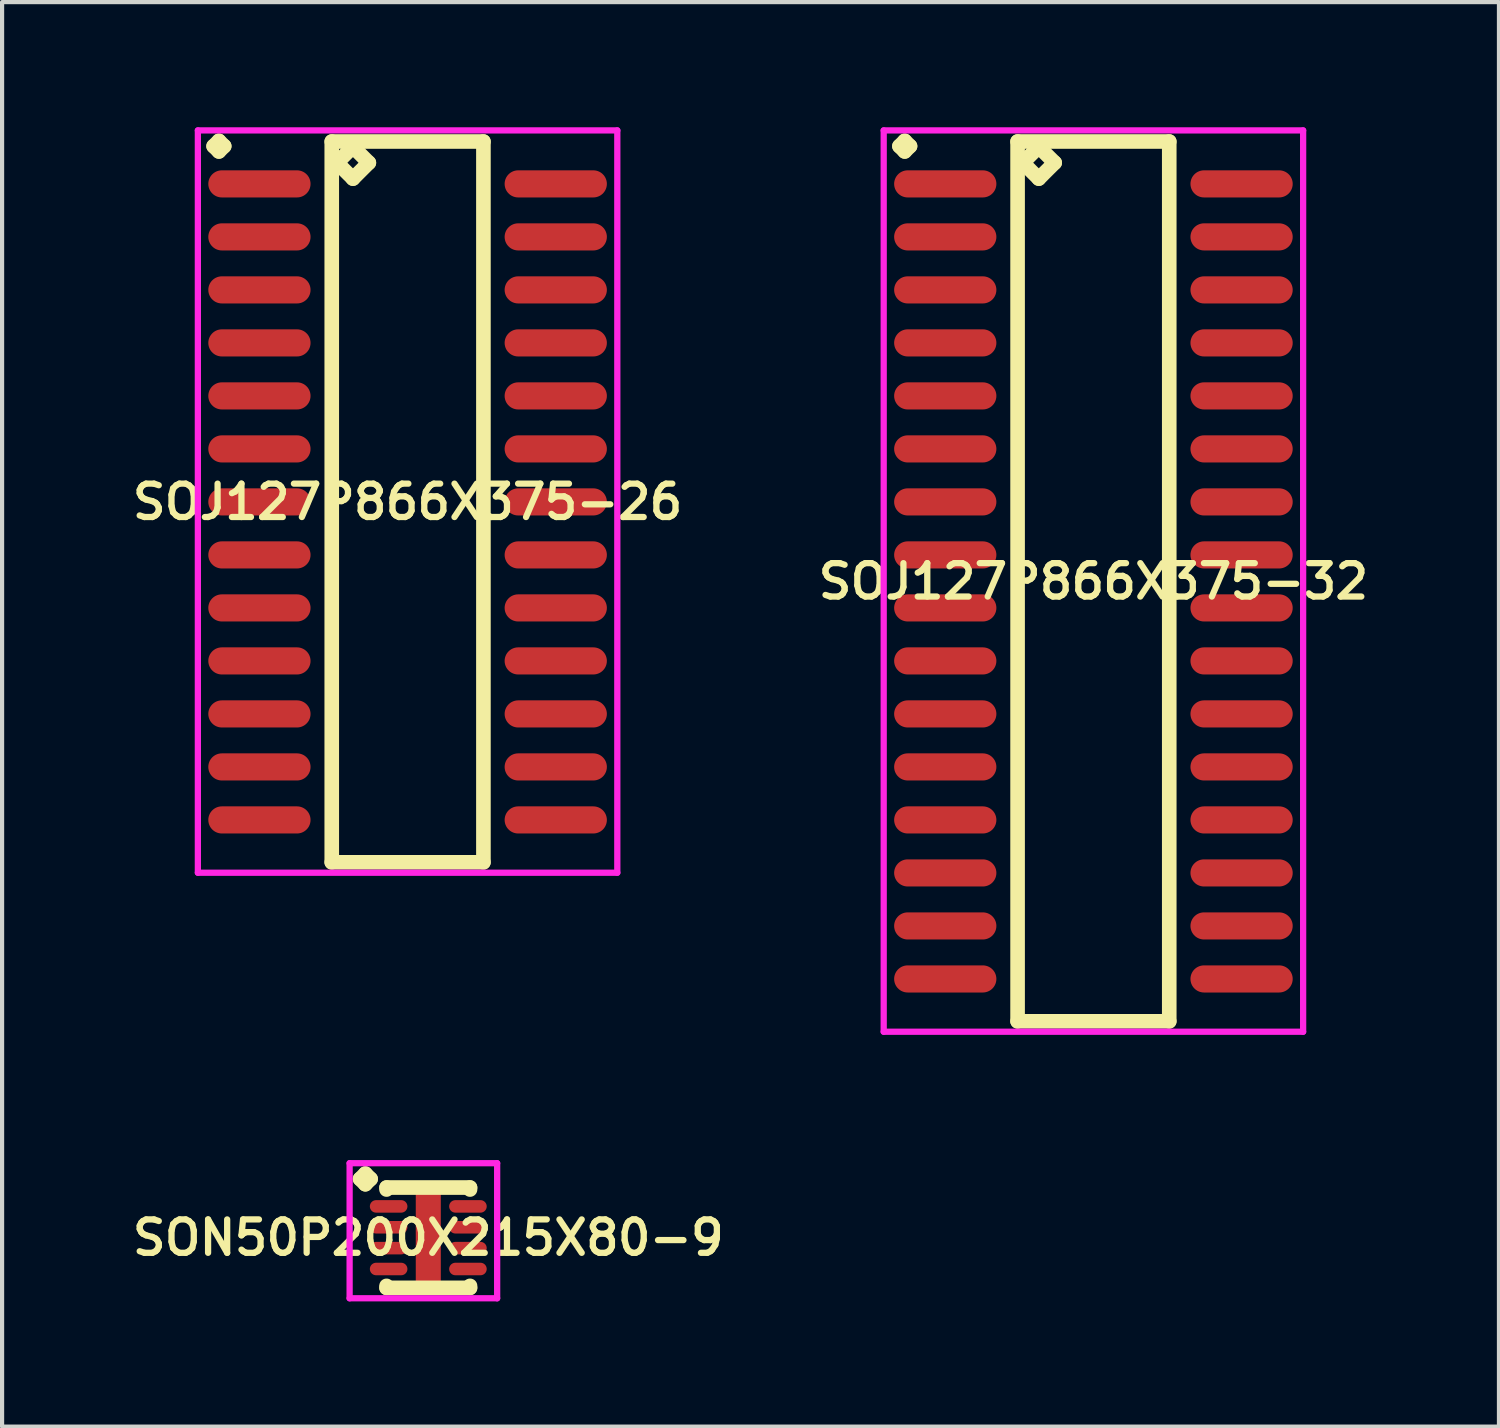
<source format=kicad_pcb>
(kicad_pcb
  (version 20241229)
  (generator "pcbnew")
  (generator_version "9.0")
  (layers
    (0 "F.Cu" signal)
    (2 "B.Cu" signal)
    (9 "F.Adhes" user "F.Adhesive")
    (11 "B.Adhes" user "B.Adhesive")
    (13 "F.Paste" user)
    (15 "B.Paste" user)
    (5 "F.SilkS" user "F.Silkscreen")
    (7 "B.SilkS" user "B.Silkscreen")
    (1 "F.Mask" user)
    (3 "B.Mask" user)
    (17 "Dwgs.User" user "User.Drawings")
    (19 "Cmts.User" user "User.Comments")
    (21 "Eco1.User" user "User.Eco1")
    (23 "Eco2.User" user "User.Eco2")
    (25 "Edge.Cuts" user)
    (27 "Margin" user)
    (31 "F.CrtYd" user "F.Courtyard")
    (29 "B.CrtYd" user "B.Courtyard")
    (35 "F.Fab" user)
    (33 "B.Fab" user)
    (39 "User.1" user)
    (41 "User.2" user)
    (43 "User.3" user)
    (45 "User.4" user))
  (footprint "SON50P200X215X80-9"
    (layer "F.Cu")
    (at 7.212 26.606)
    (property "Reference" "SON50P200X215X80-9" (at 0 0 0) (layer "F.SilkS") (effects (font (size 0.8 0.8) (thickness 0.15))))
    (attr through_hole)
    (fp_line (start -1.635 -1.408) (end -1.508 -1.535) (stroke (width 0.35) (type solid)) (layer "F.SilkS"))
    (fp_line (start -1.508 -1.535) (end -1.381 -1.408) (stroke (width 0.35) (type solid)) (layer "F.SilkS"))
    (fp_line (start -1.508 -1.281) (end -1.635 -1.408) (stroke (width 0.35) (type solid)) (layer "F.SilkS"))
    (fp_line (start -1.381 -1.408) (end -1.508 -1.281) (stroke (width 0.35) (type solid)) (layer "F.SilkS"))
    (fp_line (start -1 -1.202) (end 1 -1.202) (stroke (width 0.35) (type solid)) (layer "F.SilkS"))
    (fp_line (start -1 -1.154) (end -1 -1.202) (stroke (width 0.35) (type solid)) (layer "F.SilkS"))
    (fp_line (start -1 1.154) (end -1 1.202) (stroke (width 0.35) (type solid)) (layer "F.SilkS"))
    (fp_line (start -1 1.202) (end 1 1.202) (stroke (width 0.35) (type solid)) (layer "F.SilkS"))
    (fp_line (start 1 -1.202) (end 1 -1.154) (stroke (width 0.35) (type solid)) (layer "F.SilkS"))
    (fp_line (start 1 1.202) (end 1 1.154) (stroke (width 0.35) (type solid)) (layer "F.SilkS"))
    (fp_line (start -1.885 -1.785) (end 1.65 -1.785) (stroke (width 0.15) (type solid)) (layer "F.CrtYd"))
    (fp_line (start -1.885 1.452) (end -1.885 -1.785) (stroke (width 0.15) (type solid)) (layer "F.CrtYd"))
    (fp_line (start 1.65 -1.785) (end 1.65 1.452) (stroke (width 0.15) (type solid)) (layer "F.CrtYd"))
    (fp_line (start 1.65 1.452) (end -1.885 1.452) (stroke (width 0.15) (type solid)) (layer "F.CrtYd"))
    (pad "1" smd oval (at -0.95 -0.75) (size 0.9 0.3) (layers "F.Cu" "F.Mask" "F.Paste"))
    (pad "2" smd oval (at -0.95 -0.25) (size 0.9 0.3) (layers "F.Cu" "F.Mask" "F.Paste"))
    (pad "3" smd oval (at -0.95 0.25) (size 0.9 0.3) (layers "F.Cu" "F.Mask" "F.Paste"))
    (pad "4" smd oval (at -0.95 0.75) (size 0.9 0.3) (layers "F.Cu" "F.Mask" "F.Paste"))
    (pad "5" smd oval (at 0.95 0.75) (size 0.9 0.3) (layers "F.Cu" "F.Mask" "F.Paste"))
    (pad "6" smd oval (at 0.95 0.25) (size 0.9 0.3) (layers "F.Cu" "F.Mask" "F.Paste"))
    (pad "7" smd oval (at 0.95 -0.25) (size 0.9 0.3) (layers "F.Cu" "F.Mask" "F.Paste"))
    (pad "8" smd oval (at 0.95 -0.75) (size 0.9 0.3) (layers "F.Cu" "F.Mask" "F.Paste"))
    (pad "9" smd rect (at 0 0) (size 0.6 2.2) (layers "F.Cu" "F.Mask" "F.Paste")))
  (footprint "SOJ127P866X375-26"
    (layer "F.Cu")
    (at 6.716 8.976)
    (property "Reference" "SOJ127P866X375-26" (at 0 0 0) (layer "F.SilkS") (effects (font (size 0.8 0.8) (thickness 0.15))))
    (attr smd)
    (fp_line (start -4.648 -8.524) (end -4.521 -8.651) (stroke (width 0.35) (type solid)) (layer "F.SilkS"))
    (fp_line (start -4.521 -8.651) (end -4.394 -8.524) (stroke (width 0.35) (type solid)) (layer "F.SilkS"))
    (fp_line (start -4.521 -8.397) (end -4.648 -8.524) (stroke (width 0.35) (type solid)) (layer "F.SilkS"))
    (fp_line (start -4.394 -8.524) (end -4.521 -8.397) (stroke (width 0.35) (type solid)) (layer "F.SilkS"))
    (fp_line (start -1.817 -8.635) (end -1.817 8.635) (stroke (width 0.35) (type solid)) (layer "F.SilkS"))
    (fp_line (start -1.817 8.635) (end 1.817 8.635) (stroke (width 0.35) (type solid)) (layer "F.SilkS"))
    (fp_line (start -1.69 -8.127) (end -1.309 -8.508) (stroke (width 0.35) (type solid)) (layer "F.SilkS"))
    (fp_line (start -1.309 -8.508) (end -0.928 -8.127) (stroke (width 0.35) (type solid)) (layer "F.SilkS"))
    (fp_line (start -1.309 -7.746) (end -1.69 -8.127) (stroke (width 0.35) (type solid)) (layer "F.SilkS"))
    (fp_line (start -0.928 -8.127) (end -1.309 -7.746) (stroke (width 0.35) (type solid)) (layer "F.SilkS"))
    (fp_line (start 1.817 -8.635) (end -1.817 -8.635) (stroke (width 0.35) (type solid)) (layer "F.SilkS"))
    (fp_line (start 1.817 8.635) (end 1.817 -8.635) (stroke (width 0.35) (type solid)) (layer "F.SilkS"))
    (fp_line (start -5.025 -8.901) (end 5.025 -8.901) (stroke (width 0.15) (type solid)) (layer "F.CrtYd"))
    (fp_line (start -5.025 8.885) (end -5.025 -8.901) (stroke (width 0.15) (type solid)) (layer "F.CrtYd"))
    (fp_line (start 5.025 -8.901) (end 5.025 8.885) (stroke (width 0.15) (type solid)) (layer "F.CrtYd"))
    (fp_line (start 5.025 8.885) (end -5.025 8.885) (stroke (width 0.15) (type solid)) (layer "F.CrtYd"))
    (pad "1" smd oval (at -3.55 -7.62) (size 2.45 0.65) (layers "F.Cu" "F.Mask" "F.Paste"))
    (pad "2" smd oval (at -3.55 -6.35) (size 2.45 0.65) (layers "F.Cu" "F.Mask" "F.Paste"))
    (pad "3" smd oval (at -3.55 -5.08) (size 2.45 0.65) (layers "F.Cu" "F.Mask" "F.Paste"))
    (pad "4" smd oval (at -3.55 -3.81) (size 2.45 0.65) (layers "F.Cu" "F.Mask" "F.Paste"))
    (pad "5" smd oval (at -3.55 -2.54) (size 2.45 0.65) (layers "F.Cu" "F.Mask" "F.Paste"))
    (pad "6" smd oval (at -3.55 -1.27) (size 2.45 0.65) (layers "F.Cu" "F.Mask" "F.Paste"))
    (pad "7" smd oval (at -3.55 0) (size 2.45 0.65) (layers "F.Cu" "F.Mask" "F.Paste"))
    (pad "8" smd oval (at -3.55 1.27) (size 2.45 0.65) (layers "F.Cu" "F.Mask" "F.Paste"))
    (pad "9" smd oval (at -3.55 2.54) (size 2.45 0.65) (layers "F.Cu" "F.Mask" "F.Paste"))
    (pad "10" smd oval (at -3.55 3.81) (size 2.45 0.65) (layers "F.Cu" "F.Mask" "F.Paste"))
    (pad "11" smd oval (at -3.55 5.08) (size 2.45 0.65) (layers "F.Cu" "F.Mask" "F.Paste"))
    (pad "12" smd oval (at -3.55 6.35) (size 2.45 0.65) (layers "F.Cu" "F.Mask" "F.Paste"))
    (pad "13" smd oval (at -3.55 7.62) (size 2.45 0.65) (layers "F.Cu" "F.Mask" "F.Paste"))
    (pad "14" smd oval (at 3.55 7.62) (size 2.45 0.65) (layers "F.Cu" "F.Mask" "F.Paste"))
    (pad "15" smd oval (at 3.55 6.35) (size 2.45 0.65) (layers "F.Cu" "F.Mask" "F.Paste"))
    (pad "16" smd oval (at 3.55 5.08) (size 2.45 0.65) (layers "F.Cu" "F.Mask" "F.Paste"))
    (pad "17" smd oval (at 3.55 3.81) (size 2.45 0.65) (layers "F.Cu" "F.Mask" "F.Paste"))
    (pad "18" smd oval (at 3.55 2.54) (size 2.45 0.65) (layers "F.Cu" "F.Mask" "F.Paste"))
    (pad "19" smd oval (at 3.55 1.27) (size 2.45 0.65) (layers "F.Cu" "F.Mask" "F.Paste"))
    (pad "20" smd oval (at 3.55 0) (size 2.45 0.65) (layers "F.Cu" "F.Mask" "F.Paste"))
    (pad "21" smd oval (at 3.55 -1.27) (size 2.45 0.65) (layers "F.Cu" "F.Mask" "F.Paste"))
    (pad "22" smd oval (at 3.55 -2.54) (size 2.45 0.65) (layers "F.Cu" "F.Mask" "F.Paste"))
    (pad "23" smd oval (at 3.55 -3.81) (size 2.45 0.65) (layers "F.Cu" "F.Mask" "F.Paste"))
    (pad "24" smd oval (at 3.55 -5.08) (size 2.45 0.65) (layers "F.Cu" "F.Mask" "F.Paste"))
    (pad "25" smd oval (at 3.55 -6.35) (size 2.45 0.65) (layers "F.Cu" "F.Mask" "F.Paste"))
    (pad "26" smd oval (at 3.55 -7.62) (size 2.45 0.65) (layers "F.Cu" "F.Mask" "F.Paste")))
  (footprint "SOJ127P866X375-32"
    (layer "F.Cu")
    (at 23.149 10.881)
    (property "Reference" "SOJ127P866X375-32" (at 0 0 0) (layer "F.SilkS") (effects (font (size 0.8 0.8) (thickness 0.15))))
    (attr through_hole)
    (fp_line (start -4.648 -10.429) (end -4.521 -10.556) (stroke (width 0.35) (type solid)) (layer "F.SilkS"))
    (fp_line (start -4.521 -10.556) (end -4.394 -10.429) (stroke (width 0.35) (type solid)) (layer "F.SilkS"))
    (fp_line (start -4.521 -10.302) (end -4.648 -10.429) (stroke (width 0.35) (type solid)) (layer "F.SilkS"))
    (fp_line (start -4.394 -10.429) (end -4.521 -10.302) (stroke (width 0.35) (type solid)) (layer "F.SilkS"))
    (fp_line (start -1.817 -10.54) (end -1.817 10.54) (stroke (width 0.35) (type solid)) (layer "F.SilkS"))
    (fp_line (start -1.817 10.54) (end 1.817 10.54) (stroke (width 0.35) (type solid)) (layer "F.SilkS"))
    (fp_line (start -1.69 -10.032) (end -1.309 -10.413) (stroke (width 0.35) (type solid)) (layer "F.SilkS"))
    (fp_line (start -1.309 -10.413) (end -0.928 -10.032) (stroke (width 0.35) (type solid)) (layer "F.SilkS"))
    (fp_line (start -1.309 -9.651) (end -1.69 -10.032) (stroke (width 0.35) (type solid)) (layer "F.SilkS"))
    (fp_line (start -0.928 -10.032) (end -1.309 -9.651) (stroke (width 0.35) (type solid)) (layer "F.SilkS"))
    (fp_line (start 1.817 -10.54) (end -1.817 -10.54) (stroke (width 0.35) (type solid)) (layer "F.SilkS"))
    (fp_line (start 1.817 10.54) (end 1.817 -10.54) (stroke (width 0.35) (type solid)) (layer "F.SilkS"))
    (fp_line (start -5.025 -10.806) (end 5.025 -10.806) (stroke (width 0.15) (type solid)) (layer "F.CrtYd"))
    (fp_line (start -5.025 10.79) (end -5.025 -10.806) (stroke (width 0.15) (type solid)) (layer "F.CrtYd"))
    (fp_line (start 5.025 -10.806) (end 5.025 10.79) (stroke (width 0.15) (type solid)) (layer "F.CrtYd"))
    (fp_line (start 5.025 10.79) (end -5.025 10.79) (stroke (width 0.15) (type solid)) (layer "F.CrtYd"))
    (pad "1" smd oval (at -3.55 -9.525) (size 2.45 0.65) (layers "F.Cu" "F.Mask" "F.Paste"))
    (pad "2" smd oval (at -3.55 -8.255) (size 2.45 0.65) (layers "F.Cu" "F.Mask" "F.Paste"))
    (pad "3" smd oval (at -3.55 -6.985) (size 2.45 0.65) (layers "F.Cu" "F.Mask" "F.Paste"))
    (pad "4" smd oval (at -3.55 -5.715) (size 2.45 0.65) (layers "F.Cu" "F.Mask" "F.Paste"))
    (pad "5" smd oval (at -3.55 -4.445) (size 2.45 0.65) (layers "F.Cu" "F.Mask" "F.Paste"))
    (pad "6" smd oval (at -3.55 -3.175) (size 2.45 0.65) (layers "F.Cu" "F.Mask" "F.Paste"))
    (pad "7" smd oval (at -3.55 -1.905) (size 2.45 0.65) (layers "F.Cu" "F.Mask" "F.Paste"))
    (pad "8" smd oval (at -3.55 -0.635) (size 2.45 0.65) (layers "F.Cu" "F.Mask" "F.Paste"))
    (pad "9" smd oval (at -3.55 0.635) (size 2.45 0.65) (layers "F.Cu" "F.Mask" "F.Paste"))
    (pad "10" smd oval (at -3.55 1.905) (size 2.45 0.65) (layers "F.Cu" "F.Mask" "F.Paste"))
    (pad "11" smd oval (at -3.55 3.175) (size 2.45 0.65) (layers "F.Cu" "F.Mask" "F.Paste"))
    (pad "12" smd oval (at -3.55 4.445) (size 2.45 0.65) (layers "F.Cu" "F.Mask" "F.Paste"))
    (pad "13" smd oval (at -3.55 5.715) (size 2.45 0.65) (layers "F.Cu" "F.Mask" "F.Paste"))
    (pad "14" smd oval (at -3.55 6.985) (size 2.45 0.65) (layers "F.Cu" "F.Mask" "F.Paste"))
    (pad "15" smd oval (at -3.55 8.255) (size 2.45 0.65) (layers "F.Cu" "F.Mask" "F.Paste"))
    (pad "16" smd oval (at -3.55 9.525) (size 2.45 0.65) (layers "F.Cu" "F.Mask" "F.Paste"))
    (pad "17" smd oval (at 3.55 9.525) (size 2.45 0.65) (layers "F.Cu" "F.Mask" "F.Paste"))
    (pad "18" smd oval (at 3.55 8.255) (size 2.45 0.65) (layers "F.Cu" "F.Mask" "F.Paste"))
    (pad "19" smd oval (at 3.55 6.985) (size 2.45 0.65) (layers "F.Cu" "F.Mask" "F.Paste"))
    (pad "20" smd oval (at 3.55 5.715) (size 2.45 0.65) (layers "F.Cu" "F.Mask" "F.Paste"))
    (pad "21" smd oval (at 3.55 4.445) (size 2.45 0.65) (layers "F.Cu" "F.Mask" "F.Paste"))
    (pad "22" smd oval (at 3.55 3.175) (size 2.45 0.65) (layers "F.Cu" "F.Mask" "F.Paste"))
    (pad "23" smd oval (at 3.55 1.905) (size 2.45 0.65) (layers "F.Cu" "F.Mask" "F.Paste"))
    (pad "24" smd oval (at 3.55 0.635) (size 2.45 0.65) (layers "F.Cu" "F.Mask" "F.Paste"))
    (pad "25" smd oval (at 3.55 -0.635) (size 2.45 0.65) (layers "F.Cu" "F.Mask" "F.Paste"))
    (pad "26" smd oval (at 3.55 -1.905) (size 2.45 0.65) (layers "F.Cu" "F.Mask" "F.Paste"))
    (pad "27" smd oval (at 3.55 -3.175) (size 2.45 0.65) (layers "F.Cu" "F.Mask" "F.Paste"))
    (pad "28" smd oval (at 3.55 -4.445) (size 2.45 0.65) (layers "F.Cu" "F.Mask" "F.Paste"))
    (pad "29" smd oval (at 3.55 -5.715) (size 2.45 0.65) (layers "F.Cu" "F.Mask" "F.Paste"))
    (pad "30" smd oval (at 3.55 -6.985) (size 2.45 0.65) (layers "F.Cu" "F.Mask" "F.Paste"))
    (pad "31" smd oval (at 3.55 -8.255) (size 2.45 0.65) (layers "F.Cu" "F.Mask" "F.Paste"))
    (pad "32" smd oval (at 3.55 -9.525) (size 2.45 0.65) (layers "F.Cu" "F.Mask" "F.Paste")))
  (gr_rect
    (start -3 -3)
    (end 32.866 31.133)
    (stroke (width 0.1) (type default))
    (fill no)
    (layer "Edge.Cuts")))
</source>
